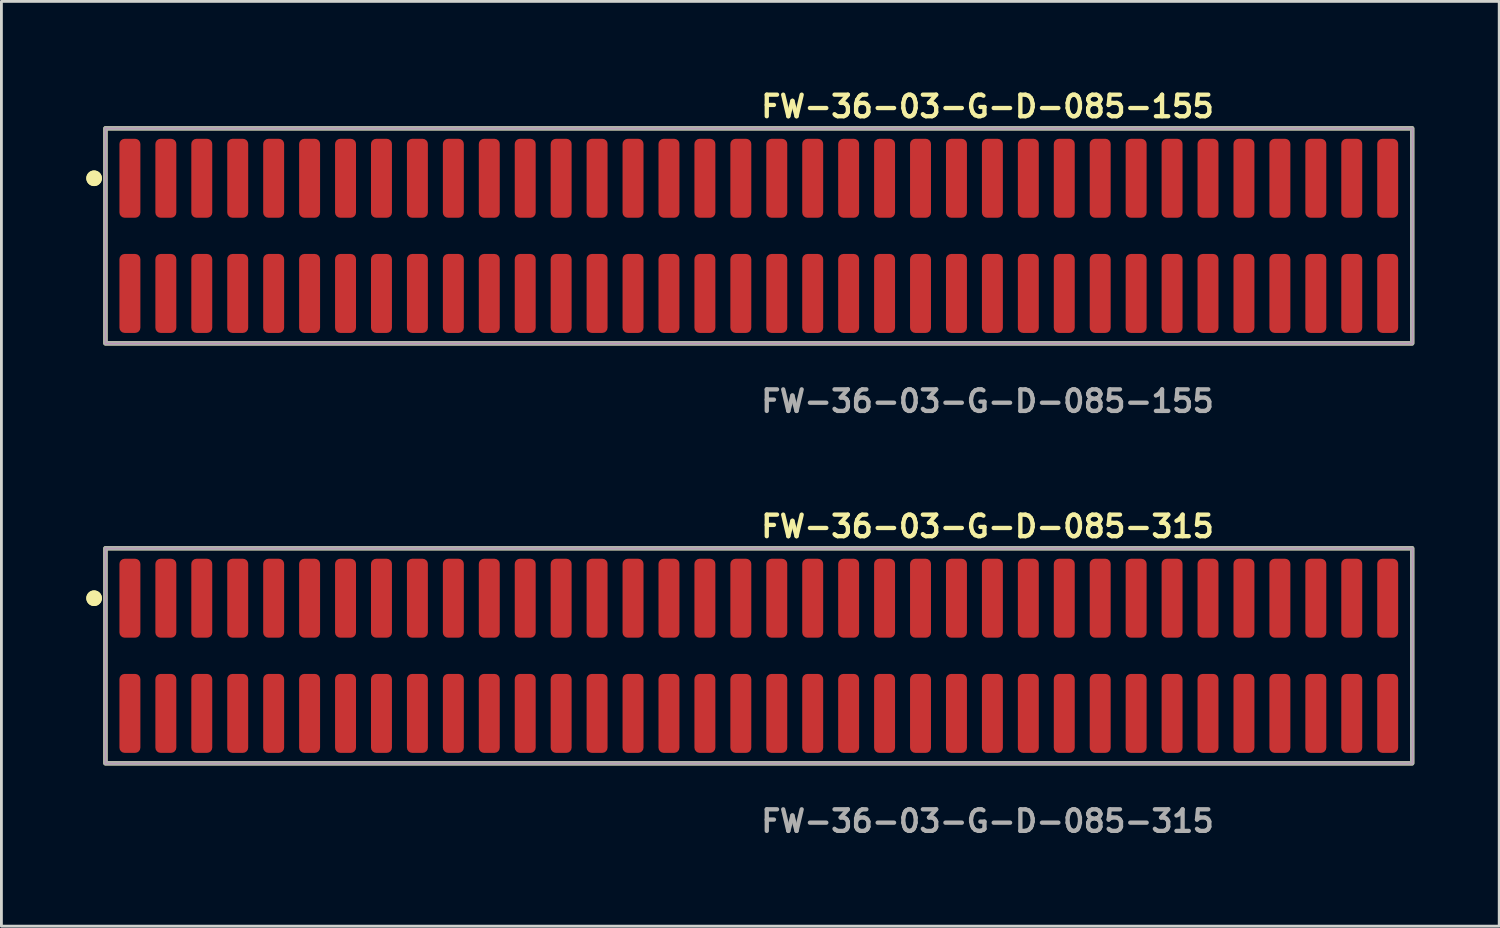
<source format=kicad_pcb>
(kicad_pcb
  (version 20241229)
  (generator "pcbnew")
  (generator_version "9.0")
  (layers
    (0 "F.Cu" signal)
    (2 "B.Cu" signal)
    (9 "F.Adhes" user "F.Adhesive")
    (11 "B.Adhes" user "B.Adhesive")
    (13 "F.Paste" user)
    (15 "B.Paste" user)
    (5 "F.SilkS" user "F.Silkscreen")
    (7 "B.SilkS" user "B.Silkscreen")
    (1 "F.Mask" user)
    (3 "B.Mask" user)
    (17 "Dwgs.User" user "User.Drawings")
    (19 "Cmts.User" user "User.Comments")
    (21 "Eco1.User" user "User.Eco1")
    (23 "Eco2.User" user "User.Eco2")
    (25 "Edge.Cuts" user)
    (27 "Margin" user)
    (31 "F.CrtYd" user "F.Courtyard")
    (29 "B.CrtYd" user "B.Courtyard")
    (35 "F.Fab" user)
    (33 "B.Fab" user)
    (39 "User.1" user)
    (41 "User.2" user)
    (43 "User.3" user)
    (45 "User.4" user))
  (footprint "FW-36-03-G-D-085-315"
    (layer "F.Cu")
    (at 23.766 20.126)
    (property "Reference" "FW-36-03-G-D-085-315" (at 0 -4.572 0) (unlocked yes) (layer "F.SilkS") (effects (font (size 0.762 0.762) (thickness 0.152)) (justify left)))
    (fp_rect (start -23.09 3.8) (end 23.09 -3.8) (stroke (width 0.152) (type solid)) (fill no) (layer "F.SilkS"))
    (fp_circle (center -23.49 -2.035) (end -23.69 -2.035) (stroke (width 0.152) (type solid)) (fill yes) (layer "F.SilkS"))
    (fp_circle (center -23.49 -2.035) (end -23.69 -2.035) (stroke (width 0.152) (type solid)) (fill yes) (layer "F.SilkS"))
    (fp_rect (start -23.09 3.8) (end 23.09 -3.8) (stroke (width 0.006) (type solid)) (fill no) (layer "F.CrtYd"))
    (fp_rect (start -23.09 3.8) (end 23.09 -3.8) (stroke (width 0.152) (type solid)) (fill no) (layer "F.Fab"))
    (fp_text user "${REFERENCE}" (at 0 5.842 0) (unlocked yes) (layer "F.Fab") (effects (font (size 0.762 0.762) (thickness 0.152)) (justify left)))
    (pad "1" smd roundrect (at -22.225 -2.035) (size 0.74 2.79) (layers "F.Cu" "F.Paste") (roundrect_rratio 0.25))
    (pad "2" smd roundrect (at -22.225 2.035) (size 0.74 2.79) (layers "F.Cu" "F.Paste") (roundrect_rratio 0.25))
    (pad "3" smd roundrect (at -20.955 -2.035) (size 0.74 2.79) (layers "F.Cu" "F.Paste") (roundrect_rratio 0.25))
    (pad "4" smd roundrect (at -20.955 2.035) (size 0.74 2.79) (layers "F.Cu" "F.Paste") (roundrect_rratio 0.25))
    (pad "5" smd roundrect (at -19.685 -2.035) (size 0.74 2.79) (layers "F.Cu" "F.Paste") (roundrect_rratio 0.25))
    (pad "6" smd roundrect (at -19.685 2.035) (size 0.74 2.79) (layers "F.Cu" "F.Paste") (roundrect_rratio 0.25))
    (pad "7" smd roundrect (at -18.415 -2.035) (size 0.74 2.79) (layers "F.Cu" "F.Paste") (roundrect_rratio 0.25))
    (pad "8" smd roundrect (at -18.415 2.035) (size 0.74 2.79) (layers "F.Cu" "F.Paste") (roundrect_rratio 0.25))
    (pad "9" smd roundrect (at -17.145 -2.035) (size 0.74 2.79) (layers "F.Cu" "F.Paste") (roundrect_rratio 0.25))
    (pad "10" smd roundrect (at -17.145 2.035) (size 0.74 2.79) (layers "F.Cu" "F.Paste") (roundrect_rratio 0.25))
    (pad "11" smd roundrect (at -15.875 -2.035) (size 0.74 2.79) (layers "F.Cu" "F.Paste") (roundrect_rratio 0.25))
    (pad "12" smd roundrect (at -15.875 2.035) (size 0.74 2.79) (layers "F.Cu" "F.Paste") (roundrect_rratio 0.25))
    (pad "13" smd roundrect (at -14.605 -2.035) (size 0.74 2.79) (layers "F.Cu" "F.Paste") (roundrect_rratio 0.25))
    (pad "14" smd roundrect (at -14.605 2.035) (size 0.74 2.79) (layers "F.Cu" "F.Paste") (roundrect_rratio 0.25))
    (pad "15" smd roundrect (at -13.335 -2.035) (size 0.74 2.79) (layers "F.Cu" "F.Paste") (roundrect_rratio 0.25))
    (pad "16" smd roundrect (at -13.335 2.035) (size 0.74 2.79) (layers "F.Cu" "F.Paste") (roundrect_rratio 0.25))
    (pad "17" smd roundrect (at -12.065 -2.035) (size 0.74 2.79) (layers "F.Cu" "F.Paste") (roundrect_rratio 0.25))
    (pad "18" smd roundrect (at -12.065 2.035) (size 0.74 2.79) (layers "F.Cu" "F.Paste") (roundrect_rratio 0.25))
    (pad "19" smd roundrect (at -10.795 -2.035) (size 0.74 2.79) (layers "F.Cu" "F.Paste") (roundrect_rratio 0.25))
    (pad "20" smd roundrect (at -10.795 2.035) (size 0.74 2.79) (layers "F.Cu" "F.Paste") (roundrect_rratio 0.25))
    (pad "21" smd roundrect (at -9.525 -2.035) (size 0.74 2.79) (layers "F.Cu" "F.Paste") (roundrect_rratio 0.25))
    (pad "22" smd roundrect (at -9.525 2.035) (size 0.74 2.79) (layers "F.Cu" "F.Paste") (roundrect_rratio 0.25))
    (pad "23" smd roundrect (at -8.255 -2.035) (size 0.74 2.79) (layers "F.Cu" "F.Paste") (roundrect_rratio 0.25))
    (pad "24" smd roundrect (at -8.255 2.035) (size 0.74 2.79) (layers "F.Cu" "F.Paste") (roundrect_rratio 0.25))
    (pad "25" smd roundrect (at -6.985 -2.035) (size 0.74 2.79) (layers "F.Cu" "F.Paste") (roundrect_rratio 0.25))
    (pad "26" smd roundrect (at -6.985 2.035) (size 0.74 2.79) (layers "F.Cu" "F.Paste") (roundrect_rratio 0.25))
    (pad "27" smd roundrect (at -5.715 -2.035) (size 0.74 2.79) (layers "F.Cu" "F.Paste") (roundrect_rratio 0.25))
    (pad "28" smd roundrect (at -5.715 2.035) (size 0.74 2.79) (layers "F.Cu" "F.Paste") (roundrect_rratio 0.25))
    (pad "29" smd roundrect (at -4.445 -2.035) (size 0.74 2.79) (layers "F.Cu" "F.Paste") (roundrect_rratio 0.25))
    (pad "30" smd roundrect (at -4.445 2.035) (size 0.74 2.79) (layers "F.Cu" "F.Paste") (roundrect_rratio 0.25))
    (pad "31" smd roundrect (at -3.175 -2.035) (size 0.74 2.79) (layers "F.Cu" "F.Paste") (roundrect_rratio 0.25))
    (pad "32" smd roundrect (at -3.175 2.035) (size 0.74 2.79) (layers "F.Cu" "F.Paste") (roundrect_rratio 0.25))
    (pad "33" smd roundrect (at -1.905 -2.035) (size 0.74 2.79) (layers "F.Cu" "F.Paste") (roundrect_rratio 0.25))
    (pad "34" smd roundrect (at -1.905 2.035) (size 0.74 2.79) (layers "F.Cu" "F.Paste") (roundrect_rratio 0.25))
    (pad "35" smd roundrect (at -0.635 -2.035) (size 0.74 2.79) (layers "F.Cu" "F.Paste") (roundrect_rratio 0.25))
    (pad "36" smd roundrect (at -0.635 2.035) (size 0.74 2.79) (layers "F.Cu" "F.Paste") (roundrect_rratio 0.25))
    (pad "37" smd roundrect (at 0.635 -2.035) (size 0.74 2.79) (layers "F.Cu" "F.Paste") (roundrect_rratio 0.25))
    (pad "38" smd roundrect (at 0.635 2.035) (size 0.74 2.79) (layers "F.Cu" "F.Paste") (roundrect_rratio 0.25))
    (pad "39" smd roundrect (at 1.905 -2.035) (size 0.74 2.79) (layers "F.Cu" "F.Paste") (roundrect_rratio 0.25))
    (pad "40" smd roundrect (at 1.905 2.035) (size 0.74 2.79) (layers "F.Cu" "F.Paste") (roundrect_rratio 0.25))
    (pad "41" smd roundrect (at 3.175 -2.035) (size 0.74 2.79) (layers "F.Cu" "F.Paste") (roundrect_rratio 0.25))
    (pad "42" smd roundrect (at 3.175 2.035) (size 0.74 2.79) (layers "F.Cu" "F.Paste") (roundrect_rratio 0.25))
    (pad "43" smd roundrect (at 4.445 -2.035) (size 0.74 2.79) (layers "F.Cu" "F.Paste") (roundrect_rratio 0.25))
    (pad "44" smd roundrect (at 4.445 2.035) (size 0.74 2.79) (layers "F.Cu" "F.Paste") (roundrect_rratio 0.25))
    (pad "45" smd roundrect (at 5.715 -2.035) (size 0.74 2.79) (layers "F.Cu" "F.Paste") (roundrect_rratio 0.25))
    (pad "46" smd roundrect (at 5.715 2.035) (size 0.74 2.79) (layers "F.Cu" "F.Paste") (roundrect_rratio 0.25))
    (pad "47" smd roundrect (at 6.985 -2.035) (size 0.74 2.79) (layers "F.Cu" "F.Paste") (roundrect_rratio 0.25))
    (pad "48" smd roundrect (at 6.985 2.035) (size 0.74 2.79) (layers "F.Cu" "F.Paste") (roundrect_rratio 0.25))
    (pad "49" smd roundrect (at 8.255 -2.035) (size 0.74 2.79) (layers "F.Cu" "F.Paste") (roundrect_rratio 0.25))
    (pad "50" smd roundrect (at 8.255 2.035) (size 0.74 2.79) (layers "F.Cu" "F.Paste") (roundrect_rratio 0.25))
    (pad "51" smd roundrect (at 9.525 -2.035) (size 0.74 2.79) (layers "F.Cu" "F.Paste") (roundrect_rratio 0.25))
    (pad "52" smd roundrect (at 9.525 2.035) (size 0.74 2.79) (layers "F.Cu" "F.Paste") (roundrect_rratio 0.25))
    (pad "53" smd roundrect (at 10.795 -2.035) (size 0.74 2.79) (layers "F.Cu" "F.Paste") (roundrect_rratio 0.25))
    (pad "54" smd roundrect (at 10.795 2.035) (size 0.74 2.79) (layers "F.Cu" "F.Paste") (roundrect_rratio 0.25))
    (pad "55" smd roundrect (at 12.065 -2.035) (size 0.74 2.79) (layers "F.Cu" "F.Paste") (roundrect_rratio 0.25))
    (pad "56" smd roundrect (at 12.065 2.035) (size 0.74 2.79) (layers "F.Cu" "F.Paste") (roundrect_rratio 0.25))
    (pad "57" smd roundrect (at 13.335 -2.035) (size 0.74 2.79) (layers "F.Cu" "F.Paste") (roundrect_rratio 0.25))
    (pad "58" smd roundrect (at 13.335 2.035) (size 0.74 2.79) (layers "F.Cu" "F.Paste") (roundrect_rratio 0.25))
    (pad "59" smd roundrect (at 14.605 -2.035) (size 0.74 2.79) (layers "F.Cu" "F.Paste") (roundrect_rratio 0.25))
    (pad "60" smd roundrect (at 14.605 2.035) (size 0.74 2.79) (layers "F.Cu" "F.Paste") (roundrect_rratio 0.25))
    (pad "61" smd roundrect (at 15.875 -2.035) (size 0.74 2.79) (layers "F.Cu" "F.Paste") (roundrect_rratio 0.25))
    (pad "62" smd roundrect (at 15.875 2.035) (size 0.74 2.79) (layers "F.Cu" "F.Paste") (roundrect_rratio 0.25))
    (pad "63" smd roundrect (at 17.145 -2.035) (size 0.74 2.79) (layers "F.Cu" "F.Paste") (roundrect_rratio 0.25))
    (pad "64" smd roundrect (at 17.145 2.035) (size 0.74 2.79) (layers "F.Cu" "F.Paste") (roundrect_rratio 0.25))
    (pad "65" smd roundrect (at 18.415 -2.035) (size 0.74 2.79) (layers "F.Cu" "F.Paste") (roundrect_rratio 0.25))
    (pad "66" smd roundrect (at 18.415 2.035) (size 0.74 2.79) (layers "F.Cu" "F.Paste") (roundrect_rratio 0.25))
    (pad "67" smd roundrect (at 19.685 -2.035) (size 0.74 2.79) (layers "F.Cu" "F.Paste") (roundrect_rratio 0.25))
    (pad "68" smd roundrect (at 19.685 2.035) (size 0.74 2.79) (layers "F.Cu" "F.Paste") (roundrect_rratio 0.25))
    (pad "69" smd roundrect (at 20.955 -2.035) (size 0.74 2.79) (layers "F.Cu" "F.Paste") (roundrect_rratio 0.25))
    (pad "70" smd roundrect (at 20.955 2.035) (size 0.74 2.79) (layers "F.Cu" "F.Paste") (roundrect_rratio 0.25))
    (pad "71" smd roundrect (at 22.225 -2.035) (size 0.74 2.79) (layers "F.Cu" "F.Paste") (roundrect_rratio 0.25))
    (pad "72" smd roundrect (at 22.225 2.035) (size 0.74 2.79) (layers "F.Cu" "F.Paste") (roundrect_rratio 0.25)))
  (footprint "FW-36-03-G-D-085-155"
    (layer "F.Cu")
    (at 23.766 5.285)
    (property "Reference" "FW-36-03-G-D-085-155" (at 0 -4.572 0) (unlocked yes) (layer "F.SilkS") (effects (font (size 0.762 0.762) (thickness 0.152)) (justify left)))
    (fp_rect (start -23.09 3.8) (end 23.09 -3.8) (stroke (width 0.152) (type solid)) (fill no) (layer "F.SilkS"))
    (fp_circle (center -23.49 -2.035) (end -23.69 -2.035) (stroke (width 0.152) (type solid)) (fill yes) (layer "F.SilkS"))
    (fp_circle (center -23.49 -2.035) (end -23.69 -2.035) (stroke (width 0.152) (type solid)) (fill yes) (layer "F.SilkS"))
    (fp_rect (start -23.09 3.8) (end 23.09 -3.8) (stroke (width 0.006) (type solid)) (fill no) (layer "F.CrtYd"))
    (fp_rect (start -23.09 3.8) (end 23.09 -3.8) (stroke (width 0.152) (type solid)) (fill no) (layer "F.Fab"))
    (fp_text user "${REFERENCE}" (at 0 5.842 0) (unlocked yes) (layer "F.Fab") (effects (font (size 0.762 0.762) (thickness 0.152)) (justify left)))
    (pad "1" smd roundrect (at -22.225 -2.035) (size 0.74 2.79) (layers "F.Cu" "F.Paste") (roundrect_rratio 0.25))
    (pad "2" smd roundrect (at -22.225 2.035) (size 0.74 2.79) (layers "F.Cu" "F.Paste") (roundrect_rratio 0.25))
    (pad "3" smd roundrect (at -20.955 -2.035) (size 0.74 2.79) (layers "F.Cu" "F.Paste") (roundrect_rratio 0.25))
    (pad "4" smd roundrect (at -20.955 2.035) (size 0.74 2.79) (layers "F.Cu" "F.Paste") (roundrect_rratio 0.25))
    (pad "5" smd roundrect (at -19.685 -2.035) (size 0.74 2.79) (layers "F.Cu" "F.Paste") (roundrect_rratio 0.25))
    (pad "6" smd roundrect (at -19.685 2.035) (size 0.74 2.79) (layers "F.Cu" "F.Paste") (roundrect_rratio 0.25))
    (pad "7" smd roundrect (at -18.415 -2.035) (size 0.74 2.79) (layers "F.Cu" "F.Paste") (roundrect_rratio 0.25))
    (pad "8" smd roundrect (at -18.415 2.035) (size 0.74 2.79) (layers "F.Cu" "F.Paste") (roundrect_rratio 0.25))
    (pad "9" smd roundrect (at -17.145 -2.035) (size 0.74 2.79) (layers "F.Cu" "F.Paste") (roundrect_rratio 0.25))
    (pad "10" smd roundrect (at -17.145 2.035) (size 0.74 2.79) (layers "F.Cu" "F.Paste") (roundrect_rratio 0.25))
    (pad "11" smd roundrect (at -15.875 -2.035) (size 0.74 2.79) (layers "F.Cu" "F.Paste") (roundrect_rratio 0.25))
    (pad "12" smd roundrect (at -15.875 2.035) (size 0.74 2.79) (layers "F.Cu" "F.Paste") (roundrect_rratio 0.25))
    (pad "13" smd roundrect (at -14.605 -2.035) (size 0.74 2.79) (layers "F.Cu" "F.Paste") (roundrect_rratio 0.25))
    (pad "14" smd roundrect (at -14.605 2.035) (size 0.74 2.79) (layers "F.Cu" "F.Paste") (roundrect_rratio 0.25))
    (pad "15" smd roundrect (at -13.335 -2.035) (size 0.74 2.79) (layers "F.Cu" "F.Paste") (roundrect_rratio 0.25))
    (pad "16" smd roundrect (at -13.335 2.035) (size 0.74 2.79) (layers "F.Cu" "F.Paste") (roundrect_rratio 0.25))
    (pad "17" smd roundrect (at -12.065 -2.035) (size 0.74 2.79) (layers "F.Cu" "F.Paste") (roundrect_rratio 0.25))
    (pad "18" smd roundrect (at -12.065 2.035) (size 0.74 2.79) (layers "F.Cu" "F.Paste") (roundrect_rratio 0.25))
    (pad "19" smd roundrect (at -10.795 -2.035) (size 0.74 2.79) (layers "F.Cu" "F.Paste") (roundrect_rratio 0.25))
    (pad "20" smd roundrect (at -10.795 2.035) (size 0.74 2.79) (layers "F.Cu" "F.Paste") (roundrect_rratio 0.25))
    (pad "21" smd roundrect (at -9.525 -2.035) (size 0.74 2.79) (layers "F.Cu" "F.Paste") (roundrect_rratio 0.25))
    (pad "22" smd roundrect (at -9.525 2.035) (size 0.74 2.79) (layers "F.Cu" "F.Paste") (roundrect_rratio 0.25))
    (pad "23" smd roundrect (at -8.255 -2.035) (size 0.74 2.79) (layers "F.Cu" "F.Paste") (roundrect_rratio 0.25))
    (pad "24" smd roundrect (at -8.255 2.035) (size 0.74 2.79) (layers "F.Cu" "F.Paste") (roundrect_rratio 0.25))
    (pad "25" smd roundrect (at -6.985 -2.035) (size 0.74 2.79) (layers "F.Cu" "F.Paste") (roundrect_rratio 0.25))
    (pad "26" smd roundrect (at -6.985 2.035) (size 0.74 2.79) (layers "F.Cu" "F.Paste") (roundrect_rratio 0.25))
    (pad "27" smd roundrect (at -5.715 -2.035) (size 0.74 2.79) (layers "F.Cu" "F.Paste") (roundrect_rratio 0.25))
    (pad "28" smd roundrect (at -5.715 2.035) (size 0.74 2.79) (layers "F.Cu" "F.Paste") (roundrect_rratio 0.25))
    (pad "29" smd roundrect (at -4.445 -2.035) (size 0.74 2.79) (layers "F.Cu" "F.Paste") (roundrect_rratio 0.25))
    (pad "30" smd roundrect (at -4.445 2.035) (size 0.74 2.79) (layers "F.Cu" "F.Paste") (roundrect_rratio 0.25))
    (pad "31" smd roundrect (at -3.175 -2.035) (size 0.74 2.79) (layers "F.Cu" "F.Paste") (roundrect_rratio 0.25))
    (pad "32" smd roundrect (at -3.175 2.035) (size 0.74 2.79) (layers "F.Cu" "F.Paste") (roundrect_rratio 0.25))
    (pad "33" smd roundrect (at -1.905 -2.035) (size 0.74 2.79) (layers "F.Cu" "F.Paste") (roundrect_rratio 0.25))
    (pad "34" smd roundrect (at -1.905 2.035) (size 0.74 2.79) (layers "F.Cu" "F.Paste") (roundrect_rratio 0.25))
    (pad "35" smd roundrect (at -0.635 -2.035) (size 0.74 2.79) (layers "F.Cu" "F.Paste") (roundrect_rratio 0.25))
    (pad "36" smd roundrect (at -0.635 2.035) (size 0.74 2.79) (layers "F.Cu" "F.Paste") (roundrect_rratio 0.25))
    (pad "37" smd roundrect (at 0.635 -2.035) (size 0.74 2.79) (layers "F.Cu" "F.Paste") (roundrect_rratio 0.25))
    (pad "38" smd roundrect (at 0.635 2.035) (size 0.74 2.79) (layers "F.Cu" "F.Paste") (roundrect_rratio 0.25))
    (pad "39" smd roundrect (at 1.905 -2.035) (size 0.74 2.79) (layers "F.Cu" "F.Paste") (roundrect_rratio 0.25))
    (pad "40" smd roundrect (at 1.905 2.035) (size 0.74 2.79) (layers "F.Cu" "F.Paste") (roundrect_rratio 0.25))
    (pad "41" smd roundrect (at 3.175 -2.035) (size 0.74 2.79) (layers "F.Cu" "F.Paste") (roundrect_rratio 0.25))
    (pad "42" smd roundrect (at 3.175 2.035) (size 0.74 2.79) (layers "F.Cu" "F.Paste") (roundrect_rratio 0.25))
    (pad "43" smd roundrect (at 4.445 -2.035) (size 0.74 2.79) (layers "F.Cu" "F.Paste") (roundrect_rratio 0.25))
    (pad "44" smd roundrect (at 4.445 2.035) (size 0.74 2.79) (layers "F.Cu" "F.Paste") (roundrect_rratio 0.25))
    (pad "45" smd roundrect (at 5.715 -2.035) (size 0.74 2.79) (layers "F.Cu" "F.Paste") (roundrect_rratio 0.25))
    (pad "46" smd roundrect (at 5.715 2.035) (size 0.74 2.79) (layers "F.Cu" "F.Paste") (roundrect_rratio 0.25))
    (pad "47" smd roundrect (at 6.985 -2.035) (size 0.74 2.79) (layers "F.Cu" "F.Paste") (roundrect_rratio 0.25))
    (pad "48" smd roundrect (at 6.985 2.035) (size 0.74 2.79) (layers "F.Cu" "F.Paste") (roundrect_rratio 0.25))
    (pad "49" smd roundrect (at 8.255 -2.035) (size 0.74 2.79) (layers "F.Cu" "F.Paste") (roundrect_rratio 0.25))
    (pad "50" smd roundrect (at 8.255 2.035) (size 0.74 2.79) (layers "F.Cu" "F.Paste") (roundrect_rratio 0.25))
    (pad "51" smd roundrect (at 9.525 -2.035) (size 0.74 2.79) (layers "F.Cu" "F.Paste") (roundrect_rratio 0.25))
    (pad "52" smd roundrect (at 9.525 2.035) (size 0.74 2.79) (layers "F.Cu" "F.Paste") (roundrect_rratio 0.25))
    (pad "53" smd roundrect (at 10.795 -2.035) (size 0.74 2.79) (layers "F.Cu" "F.Paste") (roundrect_rratio 0.25))
    (pad "54" smd roundrect (at 10.795 2.035) (size 0.74 2.79) (layers "F.Cu" "F.Paste") (roundrect_rratio 0.25))
    (pad "55" smd roundrect (at 12.065 -2.035) (size 0.74 2.79) (layers "F.Cu" "F.Paste") (roundrect_rratio 0.25))
    (pad "56" smd roundrect (at 12.065 2.035) (size 0.74 2.79) (layers "F.Cu" "F.Paste") (roundrect_rratio 0.25))
    (pad "57" smd roundrect (at 13.335 -2.035) (size 0.74 2.79) (layers "F.Cu" "F.Paste") (roundrect_rratio 0.25))
    (pad "58" smd roundrect (at 13.335 2.035) (size 0.74 2.79) (layers "F.Cu" "F.Paste") (roundrect_rratio 0.25))
    (pad "59" smd roundrect (at 14.605 -2.035) (size 0.74 2.79) (layers "F.Cu" "F.Paste") (roundrect_rratio 0.25))
    (pad "60" smd roundrect (at 14.605 2.035) (size 0.74 2.79) (layers "F.Cu" "F.Paste") (roundrect_rratio 0.25))
    (pad "61" smd roundrect (at 15.875 -2.035) (size 0.74 2.79) (layers "F.Cu" "F.Paste") (roundrect_rratio 0.25))
    (pad "62" smd roundrect (at 15.875 2.035) (size 0.74 2.79) (layers "F.Cu" "F.Paste") (roundrect_rratio 0.25))
    (pad "63" smd roundrect (at 17.145 -2.035) (size 0.74 2.79) (layers "F.Cu" "F.Paste") (roundrect_rratio 0.25))
    (pad "64" smd roundrect (at 17.145 2.035) (size 0.74 2.79) (layers "F.Cu" "F.Paste") (roundrect_rratio 0.25))
    (pad "65" smd roundrect (at 18.415 -2.035) (size 0.74 2.79) (layers "F.Cu" "F.Paste") (roundrect_rratio 0.25))
    (pad "66" smd roundrect (at 18.415 2.035) (size 0.74 2.79) (layers "F.Cu" "F.Paste") (roundrect_rratio 0.25))
    (pad "67" smd roundrect (at 19.685 -2.035) (size 0.74 2.79) (layers "F.Cu" "F.Paste") (roundrect_rratio 0.25))
    (pad "68" smd roundrect (at 19.685 2.035) (size 0.74 2.79) (layers "F.Cu" "F.Paste") (roundrect_rratio 0.25))
    (pad "69" smd roundrect (at 20.955 -2.035) (size 0.74 2.79) (layers "F.Cu" "F.Paste") (roundrect_rratio 0.25))
    (pad "70" smd roundrect (at 20.955 2.035) (size 0.74 2.79) (layers "F.Cu" "F.Paste") (roundrect_rratio 0.25))
    (pad "71" smd roundrect (at 22.225 -2.035) (size 0.74 2.79) (layers "F.Cu" "F.Paste") (roundrect_rratio 0.25))
    (pad "72" smd roundrect (at 22.225 2.035) (size 0.74 2.79) (layers "F.Cu" "F.Paste") (roundrect_rratio 0.25)))
  (gr_rect
    (start -3 -3)
    (end 49.932 29.681)
    (stroke (width 0.1) (type default))
    (fill no)
    (layer "Edge.Cuts")))
</source>
